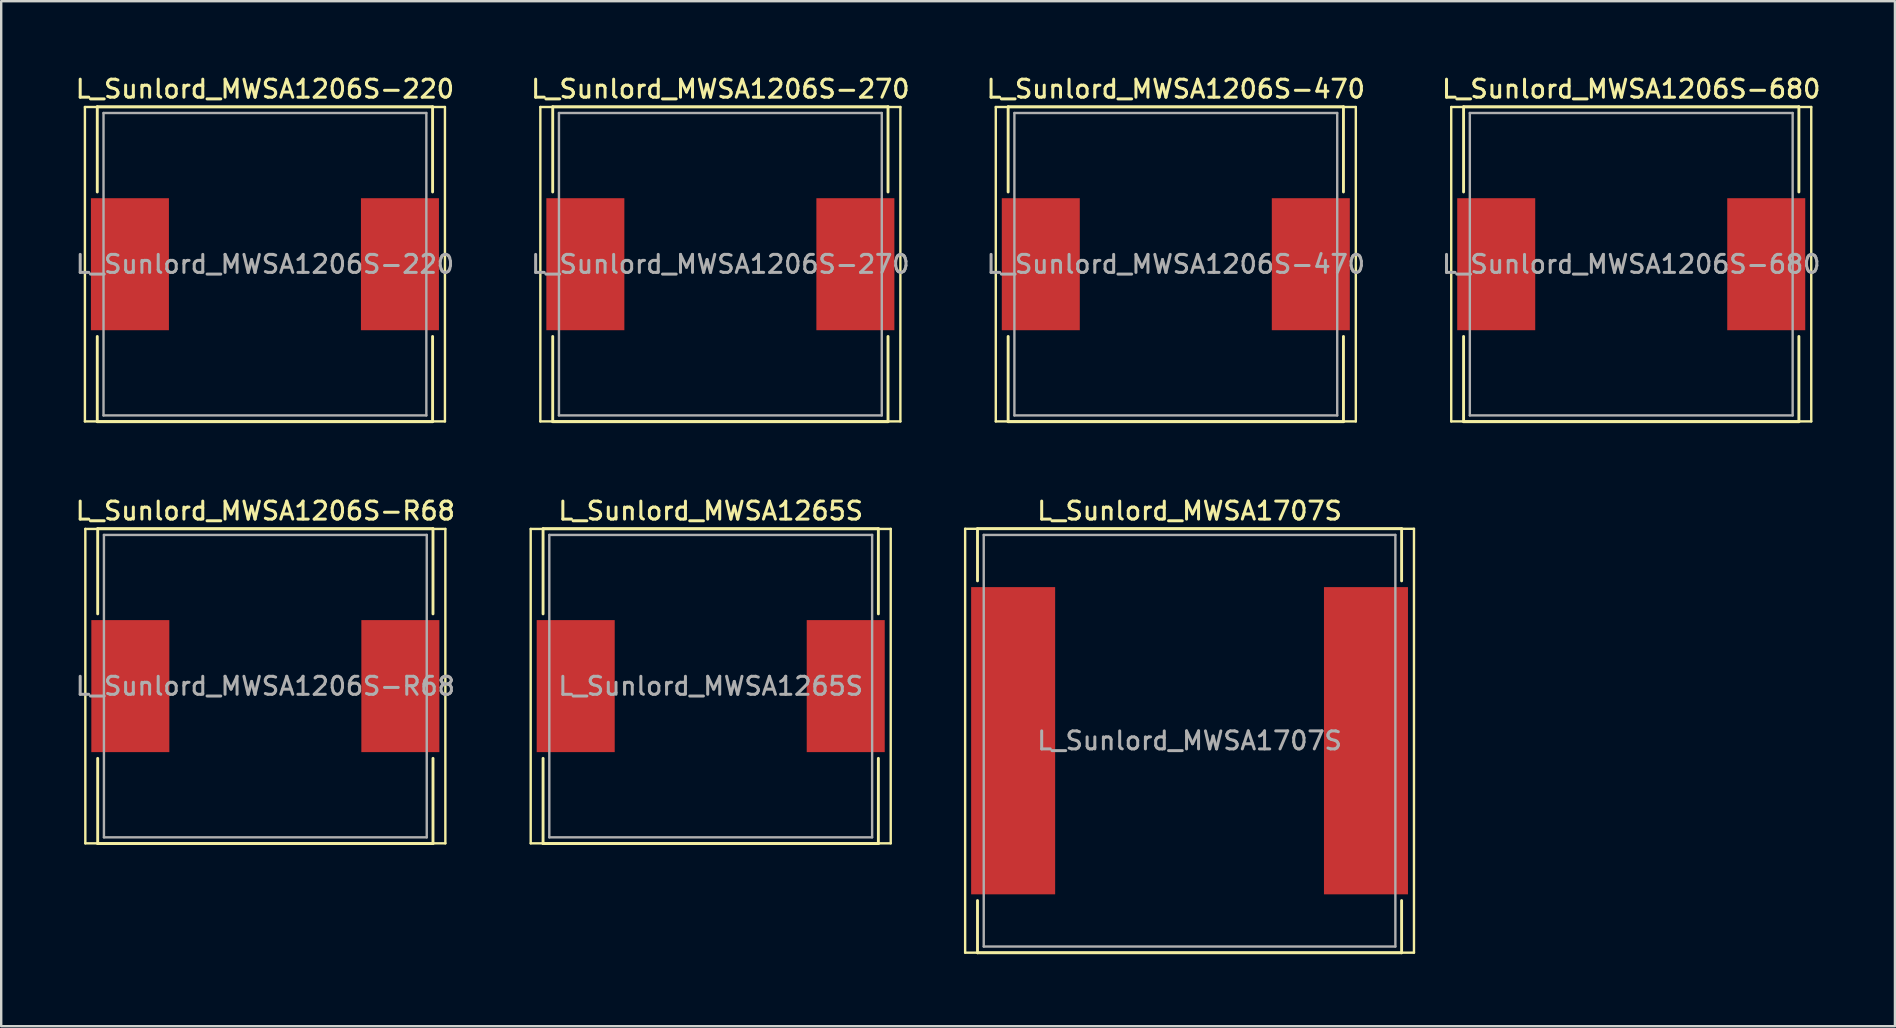
<source format=kicad_pcb>
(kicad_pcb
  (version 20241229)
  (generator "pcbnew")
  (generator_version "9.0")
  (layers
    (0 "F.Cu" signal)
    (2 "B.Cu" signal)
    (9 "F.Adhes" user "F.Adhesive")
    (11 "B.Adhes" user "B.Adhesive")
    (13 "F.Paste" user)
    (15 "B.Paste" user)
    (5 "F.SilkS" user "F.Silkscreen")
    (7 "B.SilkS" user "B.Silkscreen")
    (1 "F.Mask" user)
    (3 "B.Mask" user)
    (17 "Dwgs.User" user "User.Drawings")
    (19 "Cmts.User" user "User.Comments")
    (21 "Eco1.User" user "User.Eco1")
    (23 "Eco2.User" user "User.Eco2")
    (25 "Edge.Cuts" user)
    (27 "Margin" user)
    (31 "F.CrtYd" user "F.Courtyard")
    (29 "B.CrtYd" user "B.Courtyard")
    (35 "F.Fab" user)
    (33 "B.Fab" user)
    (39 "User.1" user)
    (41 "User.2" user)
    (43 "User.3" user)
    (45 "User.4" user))
  (footprint "L_Sunlord_MWSA1265S"
    (layer "F.Cu")
    (at 26.561 25.536)
    (property "Reference" "L_Sunlord_MWSA1265S" (at 0 -7.3 0) (layer "F.SilkS") (effects (font (size 0.75 0.75) (thickness 0.125))))
    (attr smd)
    (fp_line (start -7.5 -6.55) (end -7.5 6.55) (stroke (width 0.1) (type solid)) (layer "F.SilkS"))
    (fp_line (start -7.5 6.55) (end 7.5 6.55) (stroke (width 0.1) (type solid)) (layer "F.SilkS"))
    (fp_line (start -6.985 -6.56) (end -6.985 -3.01) (stroke (width 0.12) (type solid)) (layer "F.SilkS"))
    (fp_line (start -6.985 -6.56) (end 6.985 -6.56) (stroke (width 0.12) (type solid)) (layer "F.SilkS"))
    (fp_line (start -6.985 6.56) (end -6.985 3.01) (stroke (width 0.12) (type solid)) (layer "F.SilkS"))
    (fp_line (start -6.985 6.56) (end 6.985 6.56) (stroke (width 0.12) (type solid)) (layer "F.SilkS"))
    (fp_line (start 6.985 -6.56) (end 6.985 -3.01) (stroke (width 0.12) (type solid)) (layer "F.SilkS"))
    (fp_line (start 6.985 6.56) (end 6.985 3.01) (stroke (width 0.12) (type solid)) (layer "F.SilkS"))
    (fp_line (start 7.5 -6.55) (end -7.5 -6.55) (stroke (width 0.1) (type solid)) (layer "F.SilkS"))
    (fp_line (start 7.5 6.55) (end 7.5 -6.55) (stroke (width 0.1) (type solid)) (layer "F.SilkS"))
    (fp_line (start -6.725 -6.3) (end -6.725 6.3) (stroke (width 0.1) (type solid)) (layer "F.Fab"))
    (fp_line (start -6.725 6.3) (end 6.725 6.3) (stroke (width 0.1) (type solid)) (layer "F.Fab"))
    (fp_line (start 6.725 -6.3) (end -6.725 -6.3) (stroke (width 0.1) (type solid)) (layer "F.Fab"))
    (fp_line (start 6.725 6.3) (end 6.725 -6.3) (stroke (width 0.1) (type solid)) (layer "F.Fab"))
    (fp_text user "${REFERENCE}" (at 0 0 0) (layer "F.Fab") (effects (font (size 0.75 0.75) (thickness 0.125))))
    (pad "1" smd rect (at -5.625 0) (size 3.25 5.5) (layers "F.Cu" "F.Mask" "F.Paste"))
    (pad "2" smd rect (at 5.625 0) (size 3.25 5.5) (layers "F.Cu" "F.Mask" "F.Paste")))
  (footprint "L_Sunlord_MWSA1707S"
    (layer "F.Cu")
    (at 46.511 27.811)
    (property "Reference" "L_Sunlord_MWSA1707S" (at 0 -9.575 0) (layer "F.SilkS") (effects (font (size 0.75 0.75) (thickness 0.125))))
    (attr smd)
    (fp_line (start -9.35 -8.83) (end -9.35 8.83) (stroke (width 0.1) (type solid)) (layer "F.SilkS"))
    (fp_line (start -9.35 8.83) (end 9.35 8.83) (stroke (width 0.1) (type solid)) (layer "F.SilkS"))
    (fp_line (start -8.835 -8.835) (end -8.835 -6.66) (stroke (width 0.12) (type solid)) (layer "F.SilkS"))
    (fp_line (start -8.835 -8.835) (end 8.835 -8.835) (stroke (width 0.12) (type solid)) (layer "F.SilkS"))
    (fp_line (start -8.835 8.835) (end -8.835 6.66) (stroke (width 0.12) (type solid)) (layer "F.SilkS"))
    (fp_line (start -8.835 8.835) (end 8.835 8.835) (stroke (width 0.12) (type solid)) (layer "F.SilkS"))
    (fp_line (start 8.835 -8.835) (end 8.835 -6.66) (stroke (width 0.12) (type solid)) (layer "F.SilkS"))
    (fp_line (start 8.835 8.835) (end 8.835 6.66) (stroke (width 0.12) (type solid)) (layer "F.SilkS"))
    (fp_line (start 9.35 -8.83) (end -9.35 -8.83) (stroke (width 0.1) (type solid)) (layer "F.SilkS"))
    (fp_line (start 9.35 8.83) (end 9.35 -8.83) (stroke (width 0.1) (type solid)) (layer "F.SilkS"))
    (fp_line (start -8.575 -8.575) (end -8.575 8.575) (stroke (width 0.1) (type solid)) (layer "F.Fab"))
    (fp_line (start -8.575 8.575) (end 8.575 8.575) (stroke (width 0.1) (type solid)) (layer "F.Fab"))
    (fp_line (start 8.575 -8.575) (end -8.575 -8.575) (stroke (width 0.1) (type solid)) (layer "F.Fab"))
    (fp_line (start 8.575 8.575) (end 8.575 -8.575) (stroke (width 0.1) (type solid)) (layer "F.Fab"))
    (fp_text user "${REFERENCE}" (at 0 0 0) (layer "F.Fab") (effects (font (size 0.75 0.75) (thickness 0.125))))
    (pad "1" smd rect (at -7.35 0) (size 3.5 12.8) (layers "F.Cu" "F.Mask" "F.Paste"))
    (pad "2" smd rect (at 7.35 0) (size 3.5 12.8) (layers "F.Cu" "F.Mask" "F.Paste")))
  (footprint "L_Sunlord_MWSA1206S-270"
    (layer "F.Cu")
    (at 26.963 7.958)
    (property "Reference" "L_Sunlord_MWSA1206S-270" (at 0 -7.3 0) (layer "F.SilkS") (effects (font (size 0.75 0.75) (thickness 0.125))))
    (attr smd)
    (fp_line (start -7.5 -6.55) (end -7.5 6.55) (stroke (width 0.1) (type solid)) (layer "F.SilkS"))
    (fp_line (start -7.5 6.55) (end 7.5 6.55) (stroke (width 0.1) (type solid)) (layer "F.SilkS"))
    (fp_line (start -6.985 -6.56) (end -6.985 -3.01) (stroke (width 0.12) (type solid)) (layer "F.SilkS"))
    (fp_line (start -6.985 -6.56) (end 6.985 -6.56) (stroke (width 0.12) (type solid)) (layer "F.SilkS"))
    (fp_line (start -6.985 6.56) (end -6.985 3.01) (stroke (width 0.12) (type solid)) (layer "F.SilkS"))
    (fp_line (start -6.985 6.56) (end 6.985 6.56) (stroke (width 0.12) (type solid)) (layer "F.SilkS"))
    (fp_line (start 6.985 -6.56) (end 6.985 -3.01) (stroke (width 0.12) (type solid)) (layer "F.SilkS"))
    (fp_line (start 6.985 6.56) (end 6.985 3.01) (stroke (width 0.12) (type solid)) (layer "F.SilkS"))
    (fp_line (start 7.5 -6.55) (end -7.5 -6.55) (stroke (width 0.1) (type solid)) (layer "F.SilkS"))
    (fp_line (start 7.5 6.55) (end 7.5 -6.55) (stroke (width 0.1) (type solid)) (layer "F.SilkS"))
    (fp_line (start -6.725 -6.3) (end -6.725 6.3) (stroke (width 0.1) (type solid)) (layer "F.Fab"))
    (fp_line (start -6.725 6.3) (end 6.725 6.3) (stroke (width 0.1) (type solid)) (layer "F.Fab"))
    (fp_line (start 6.725 -6.3) (end -6.725 -6.3) (stroke (width 0.1) (type solid)) (layer "F.Fab"))
    (fp_line (start 6.725 6.3) (end 6.725 -6.3) (stroke (width 0.1) (type solid)) (layer "F.Fab"))
    (fp_text user "${REFERENCE}" (at 0 0 0) (layer "F.Fab") (effects (font (size 0.75 0.75) (thickness 0.125))))
    (pad "1" smd rect (at -5.625 0) (size 3.25 5.5) (layers "F.Cu" "F.Mask" "F.Paste"))
    (pad "2" smd rect (at 5.625 0) (size 3.25 5.5) (layers "F.Cu" "F.Mask" "F.Paste")))
  (footprint "L_Sunlord_MWSA1206S-R68"
    (layer "F.Cu")
    (at 8.005 25.536)
    (property "Reference" "L_Sunlord_MWSA1206S-R68" (at 0 -7.3 0) (layer "F.SilkS") (effects (font (size 0.75 0.75) (thickness 0.125))))
    (attr smd)
    (fp_line (start -7.5 -6.55) (end -7.5 6.55) (stroke (width 0.1) (type solid)) (layer "F.SilkS"))
    (fp_line (start -7.5 6.55) (end 7.5 6.55) (stroke (width 0.1) (type solid)) (layer "F.SilkS"))
    (fp_line (start -6.985 -6.56) (end -6.985 -3.01) (stroke (width 0.12) (type solid)) (layer "F.SilkS"))
    (fp_line (start -6.985 -6.56) (end 6.985 -6.56) (stroke (width 0.12) (type solid)) (layer "F.SilkS"))
    (fp_line (start -6.985 6.56) (end -6.985 3.01) (stroke (width 0.12) (type solid)) (layer "F.SilkS"))
    (fp_line (start -6.985 6.56) (end 6.985 6.56) (stroke (width 0.12) (type solid)) (layer "F.SilkS"))
    (fp_line (start 6.985 -6.56) (end 6.985 -3.01) (stroke (width 0.12) (type solid)) (layer "F.SilkS"))
    (fp_line (start 6.985 6.56) (end 6.985 3.01) (stroke (width 0.12) (type solid)) (layer "F.SilkS"))
    (fp_line (start 7.5 -6.55) (end -7.5 -6.55) (stroke (width 0.1) (type solid)) (layer "F.SilkS"))
    (fp_line (start 7.5 6.55) (end 7.5 -6.55) (stroke (width 0.1) (type solid)) (layer "F.SilkS"))
    (fp_line (start -6.725 -6.3) (end -6.725 6.3) (stroke (width 0.1) (type solid)) (layer "F.Fab"))
    (fp_line (start -6.725 6.3) (end 6.725 6.3) (stroke (width 0.1) (type solid)) (layer "F.Fab"))
    (fp_line (start 6.725 -6.3) (end -6.725 -6.3) (stroke (width 0.1) (type solid)) (layer "F.Fab"))
    (fp_line (start 6.725 6.3) (end 6.725 -6.3) (stroke (width 0.1) (type solid)) (layer "F.Fab"))
    (fp_text user "${REFERENCE}" (at 0 0 0) (layer "F.Fab") (effects (font (size 0.75 0.75) (thickness 0.125))))
    (pad "1" smd rect (at -5.625 0) (size 3.25 5.5) (layers "F.Cu" "F.Mask" "F.Paste"))
    (pad "2" smd rect (at 5.625 0) (size 3.25 5.5) (layers "F.Cu" "F.Mask" "F.Paste")))
  (footprint "L_Sunlord_MWSA1206S-680"
    (layer "F.Cu")
    (at 64.913 7.958)
    (property "Reference" "L_Sunlord_MWSA1206S-680" (at 0 -7.3 0) (layer "F.SilkS") (effects (font (size 0.75 0.75) (thickness 0.125))))
    (attr smd)
    (fp_line (start -7.5 -6.55) (end -7.5 6.55) (stroke (width 0.1) (type solid)) (layer "F.SilkS"))
    (fp_line (start -7.5 6.55) (end 7.5 6.55) (stroke (width 0.1) (type solid)) (layer "F.SilkS"))
    (fp_line (start -6.985 -6.56) (end -6.985 -3.01) (stroke (width 0.12) (type solid)) (layer "F.SilkS"))
    (fp_line (start -6.985 -6.56) (end 6.985 -6.56) (stroke (width 0.12) (type solid)) (layer "F.SilkS"))
    (fp_line (start -6.985 6.56) (end -6.985 3.01) (stroke (width 0.12) (type solid)) (layer "F.SilkS"))
    (fp_line (start -6.985 6.56) (end 6.985 6.56) (stroke (width 0.12) (type solid)) (layer "F.SilkS"))
    (fp_line (start 6.985 -6.56) (end 6.985 -3.01) (stroke (width 0.12) (type solid)) (layer "F.SilkS"))
    (fp_line (start 6.985 6.56) (end 6.985 3.01) (stroke (width 0.12) (type solid)) (layer "F.SilkS"))
    (fp_line (start 7.5 -6.55) (end -7.5 -6.55) (stroke (width 0.1) (type solid)) (layer "F.SilkS"))
    (fp_line (start 7.5 6.55) (end 7.5 -6.55) (stroke (width 0.1) (type solid)) (layer "F.SilkS"))
    (fp_line (start -6.725 -6.3) (end -6.725 6.3) (stroke (width 0.1) (type solid)) (layer "F.Fab"))
    (fp_line (start -6.725 6.3) (end 6.725 6.3) (stroke (width 0.1) (type solid)) (layer "F.Fab"))
    (fp_line (start 6.725 -6.3) (end -6.725 -6.3) (stroke (width 0.1) (type solid)) (layer "F.Fab"))
    (fp_line (start 6.725 6.3) (end 6.725 -6.3) (stroke (width 0.1) (type solid)) (layer "F.Fab"))
    (fp_text user "${REFERENCE}" (at 0 0 0) (layer "F.Fab") (effects (font (size 0.75 0.75) (thickness 0.125))))
    (pad "1" smd rect (at -5.625 0) (size 3.25 5.5) (layers "F.Cu" "F.Mask" "F.Paste"))
    (pad "2" smd rect (at 5.625 0) (size 3.25 5.5) (layers "F.Cu" "F.Mask" "F.Paste")))
  (footprint "L_Sunlord_MWSA1206S-470"
    (layer "F.Cu")
    (at 45.938 7.958)
    (property "Reference" "L_Sunlord_MWSA1206S-470" (at 0 -7.3 0) (layer "F.SilkS") (effects (font (size 0.75 0.75) (thickness 0.125))))
    (attr smd)
    (fp_line (start -7.5 -6.55) (end -7.5 6.55) (stroke (width 0.1) (type solid)) (layer "F.SilkS"))
    (fp_line (start -7.5 6.55) (end 7.5 6.55) (stroke (width 0.1) (type solid)) (layer "F.SilkS"))
    (fp_line (start -6.985 -6.56) (end -6.985 -3.01) (stroke (width 0.12) (type solid)) (layer "F.SilkS"))
    (fp_line (start -6.985 -6.56) (end 6.985 -6.56) (stroke (width 0.12) (type solid)) (layer "F.SilkS"))
    (fp_line (start -6.985 6.56) (end -6.985 3.01) (stroke (width 0.12) (type solid)) (layer "F.SilkS"))
    (fp_line (start -6.985 6.56) (end 6.985 6.56) (stroke (width 0.12) (type solid)) (layer "F.SilkS"))
    (fp_line (start 6.985 -6.56) (end 6.985 -3.01) (stroke (width 0.12) (type solid)) (layer "F.SilkS"))
    (fp_line (start 6.985 6.56) (end 6.985 3.01) (stroke (width 0.12) (type solid)) (layer "F.SilkS"))
    (fp_line (start 7.5 -6.55) (end -7.5 -6.55) (stroke (width 0.1) (type solid)) (layer "F.SilkS"))
    (fp_line (start 7.5 6.55) (end 7.5 -6.55) (stroke (width 0.1) (type solid)) (layer "F.SilkS"))
    (fp_line (start -6.725 -6.3) (end -6.725 6.3) (stroke (width 0.1) (type solid)) (layer "F.Fab"))
    (fp_line (start -6.725 6.3) (end 6.725 6.3) (stroke (width 0.1) (type solid)) (layer "F.Fab"))
    (fp_line (start 6.725 -6.3) (end -6.725 -6.3) (stroke (width 0.1) (type solid)) (layer "F.Fab"))
    (fp_line (start 6.725 6.3) (end 6.725 -6.3) (stroke (width 0.1) (type solid)) (layer "F.Fab"))
    (fp_text user "${REFERENCE}" (at 0 0 0) (layer "F.Fab") (effects (font (size 0.75 0.75) (thickness 0.125))))
    (pad "1" smd rect (at -5.625 0) (size 3.25 5.5) (layers "F.Cu" "F.Mask" "F.Paste"))
    (pad "2" smd rect (at 5.625 0) (size 3.25 5.5) (layers "F.Cu" "F.Mask" "F.Paste")))
  (footprint "L_Sunlord_MWSA1206S-220"
    (layer "F.Cu")
    (at 7.988 7.958)
    (property "Reference" "L_Sunlord_MWSA1206S-220" (at 0 -7.3 0) (layer "F.SilkS") (effects (font (size 0.75 0.75) (thickness 0.125))))
    (attr smd)
    (fp_line (start -7.5 -6.55) (end -7.5 6.55) (stroke (width 0.1) (type solid)) (layer "F.SilkS"))
    (fp_line (start -7.5 6.55) (end 7.5 6.55) (stroke (width 0.1) (type solid)) (layer "F.SilkS"))
    (fp_line (start -6.985 -6.56) (end -6.985 -3.01) (stroke (width 0.12) (type solid)) (layer "F.SilkS"))
    (fp_line (start -6.985 -6.56) (end 6.985 -6.56) (stroke (width 0.12) (type solid)) (layer "F.SilkS"))
    (fp_line (start -6.985 6.56) (end -6.985 3.01) (stroke (width 0.12) (type solid)) (layer "F.SilkS"))
    (fp_line (start -6.985 6.56) (end 6.985 6.56) (stroke (width 0.12) (type solid)) (layer "F.SilkS"))
    (fp_line (start 6.985 -6.56) (end 6.985 -3.01) (stroke (width 0.12) (type solid)) (layer "F.SilkS"))
    (fp_line (start 6.985 6.56) (end 6.985 3.01) (stroke (width 0.12) (type solid)) (layer "F.SilkS"))
    (fp_line (start 7.5 -6.55) (end -7.5 -6.55) (stroke (width 0.1) (type solid)) (layer "F.SilkS"))
    (fp_line (start 7.5 6.55) (end 7.5 -6.55) (stroke (width 0.1) (type solid)) (layer "F.SilkS"))
    (fp_line (start -6.725 -6.3) (end -6.725 6.3) (stroke (width 0.1) (type solid)) (layer "F.Fab"))
    (fp_line (start -6.725 6.3) (end 6.725 6.3) (stroke (width 0.1) (type solid)) (layer "F.Fab"))
    (fp_line (start 6.725 -6.3) (end -6.725 -6.3) (stroke (width 0.1) (type solid)) (layer "F.Fab"))
    (fp_line (start 6.725 6.3) (end 6.725 -6.3) (stroke (width 0.1) (type solid)) (layer "F.Fab"))
    (fp_text user "${REFERENCE}" (at 0 0 0) (layer "F.Fab") (effects (font (size 0.75 0.75) (thickness 0.125))))
    (pad "1" smd rect (at -5.625 0) (size 3.25 5.5) (layers "F.Cu" "F.Mask" "F.Paste"))
    (pad "2" smd rect (at 5.625 0) (size 3.25 5.5) (layers "F.Cu" "F.Mask" "F.Paste")))
  (gr_rect
    (start -3 -3)
    (end 75.9 39.706)
    (stroke (width 0.1) (type default))
    (fill no)
    (layer "Edge.Cuts")))
</source>
